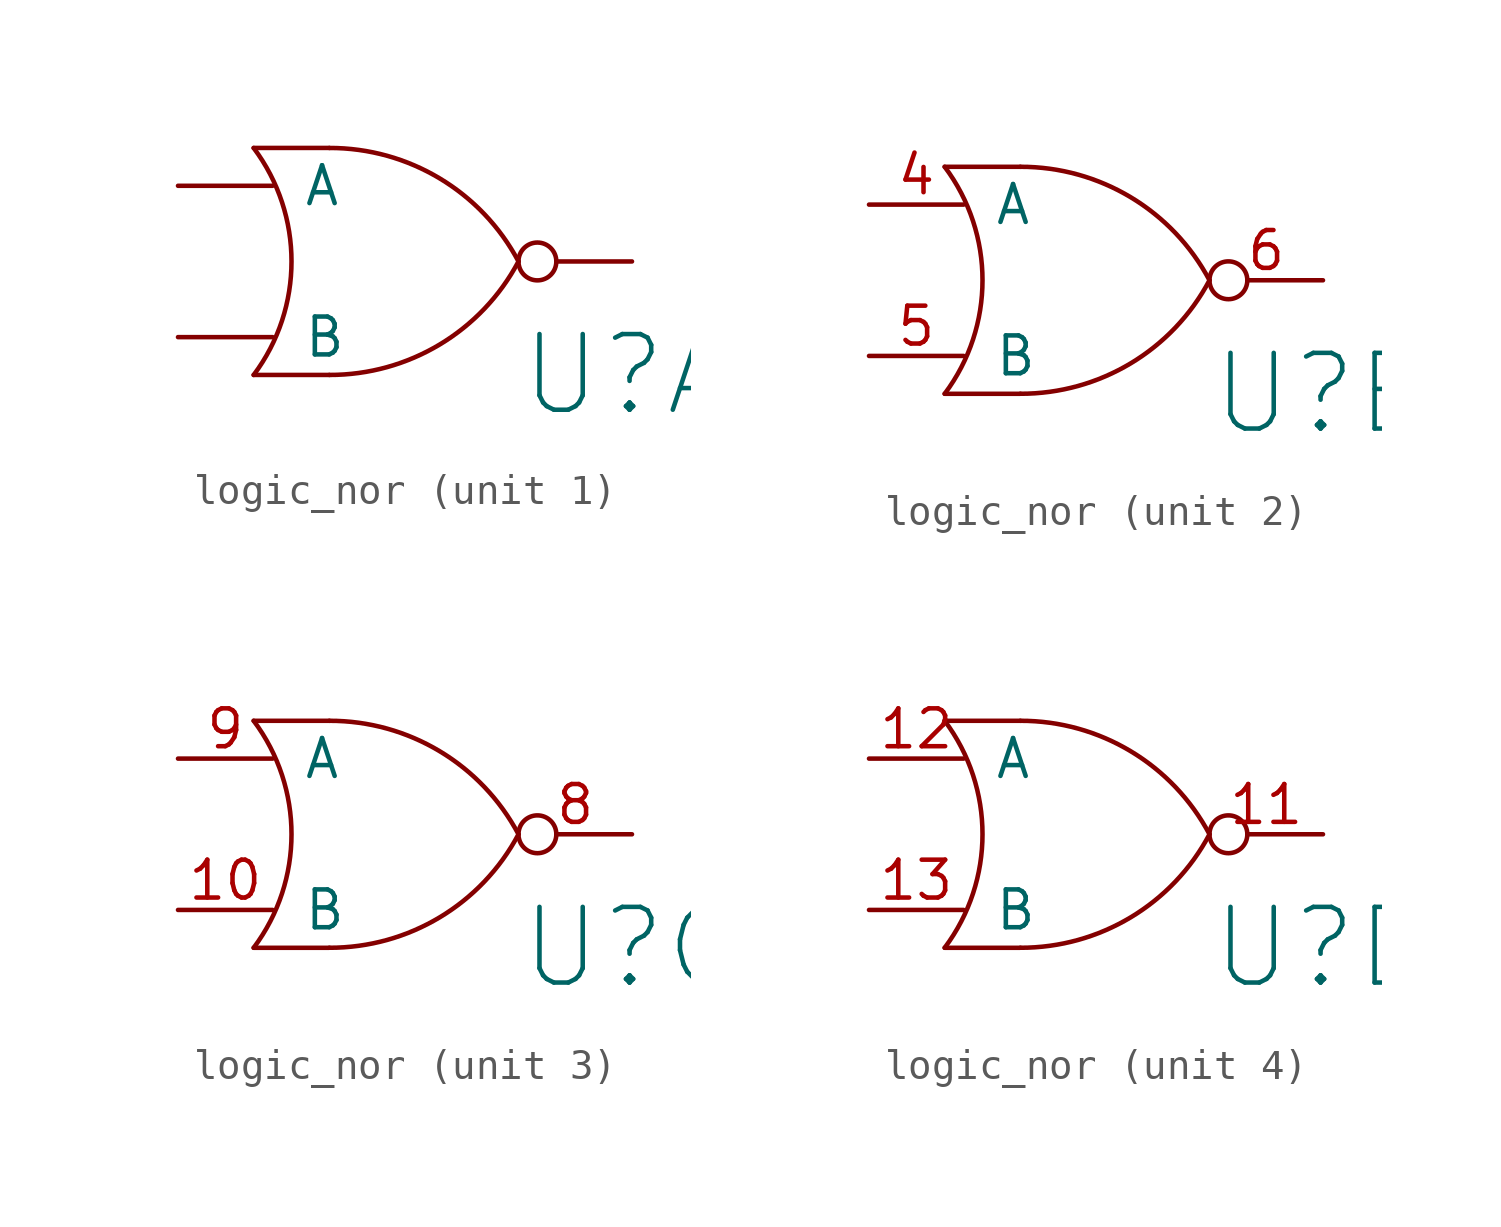
<source format=kicad_sym>
(kicad_symbol_lib
  (version 20220914)
  (generator kicad_symbol_editor)
  (symbol "logic_nor"
    (pin_names
      (offset 1.016))
    (property "Reference" "U"
      (at 11.43 -6.35 0)
      (effects (font (size 2.54 2.54)) (justify left)))
    (symbol "logic_nor_0_1"
      (polyline (pts (xy 2.54 -6.35) (xy 5.08 -6.35)) (stroke (width 0) (type default)) (fill (type none)))
      (polyline (pts (xy 5.08 1.27) (xy 2.54 1.27)) (stroke (width 0) (type default)) (fill (type none)))
      (arc (start 2.54 -6.35) (mid 3.81 -2.54) (end 2.54 1.27) (stroke (width 0) (type default)) (fill (type none)))
      (arc (start 5.08 -6.35) (mid 8.784 -5.3291) (end 11.43 -2.54) (stroke (width 0) (type default)) (fill (type none)))
      (arc (start 11.43 -2.54) (mid 8.7865 0.2471) (end 5.08 1.27) (stroke (width 0) (type default)) (fill (type none))))
    (symbol "logic_nor_1_1"
      (pin output inverted (at 15.24 -2.54 180) (length 3.81) (name "" (effects (font (size 1.27 1.27)))) (number "" (effects (font (size 1.27 1.27)))))
      (pin input line (at 0 0 0) (length 3.175) (name "A" (effects (font (size 1.27 1.27)))) (number "" (effects (font (size 1.27 1.27)))))
      (pin input line (at 0 -5.08 0) (length 3.175) (name "B" (effects (font (size 1.27 1.27)))) (number "" (effects (font (size 1.27 1.27))))))
    (symbol "logic_nor_2_1"
      (pin input line (at 0 0 0) (length 3.175) (name "A" (effects (font (size 1.27 1.27)))) (number "4" (effects (font (size 1.27 1.27)))))
      (pin input line (at 0 -5.08 0) (length 3.175) (name "B" (effects (font (size 1.27 1.27)))) (number "5" (effects (font (size 1.27 1.27)))))
      (pin output inverted (at 15.24 -2.54 180) (length 3.81) (name "" (effects (font (size 1.27 1.27)))) (number "6" (effects (font (size 1.27 1.27))))))
    (symbol "logic_nor_3_1"
      (pin input line (at 0 -5.08 0) (length 3.175) (name "B" (effects (font (size 1.27 1.27)))) (number "10" (effects (font (size 1.27 1.27)))))
      (pin output inverted (at 15.24 -2.54 180) (length 3.81) (name "" (effects (font (size 1.27 1.27)))) (number "8" (effects (font (size 1.27 1.27)))))
      (pin input line (at 0 0 0) (length 3.175) (name "A" (effects (font (size 1.27 1.27)))) (number "9" (effects (font (size 1.27 1.27))))))
    (symbol "logic_nor_4_1"
      (pin output inverted (at 15.24 -2.54 180) (length 3.81) (name "" (effects (font (size 1.27 1.27)))) (number "11" (effects (font (size 1.27 1.27)))))
      (pin input line (at 0 0 0) (length 3.175) (name "A" (effects (font (size 1.27 1.27)))) (number "12" (effects (font (size 1.27 1.27)))))
      (pin input line (at 0 -5.08 0) (length 3.175) (name "B" (effects (font (size 1.27 1.27)))) (number "13" (effects (font (size 1.27 1.27))))))))
</source>
